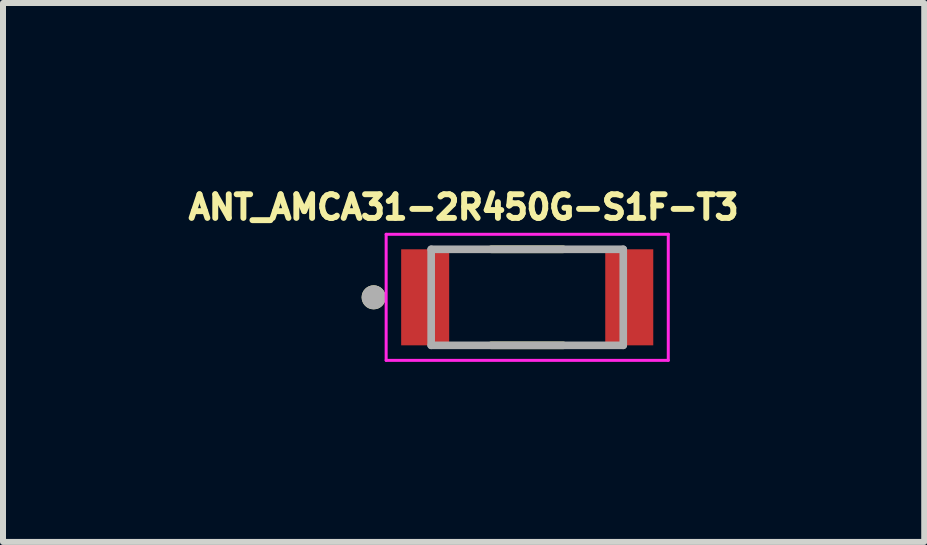
<source format=kicad_pcb>
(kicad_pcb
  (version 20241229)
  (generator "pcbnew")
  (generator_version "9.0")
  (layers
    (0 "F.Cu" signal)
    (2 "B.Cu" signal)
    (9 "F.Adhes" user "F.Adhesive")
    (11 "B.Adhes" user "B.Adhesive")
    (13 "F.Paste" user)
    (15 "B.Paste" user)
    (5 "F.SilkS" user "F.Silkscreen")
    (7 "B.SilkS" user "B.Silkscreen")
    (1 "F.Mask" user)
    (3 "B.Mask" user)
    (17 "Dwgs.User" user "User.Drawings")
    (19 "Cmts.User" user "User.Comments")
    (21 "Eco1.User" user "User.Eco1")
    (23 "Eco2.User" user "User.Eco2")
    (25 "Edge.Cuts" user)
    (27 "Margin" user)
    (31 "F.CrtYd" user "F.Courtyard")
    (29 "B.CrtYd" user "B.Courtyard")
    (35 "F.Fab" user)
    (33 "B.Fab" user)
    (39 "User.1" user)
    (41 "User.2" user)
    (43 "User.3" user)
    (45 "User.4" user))
  (footprint "ANT_AMCA31-2R450G-S1F-T3"
    (layer "F.Cu")
    (at 5.733 1.903)
    (property "Reference" "ANT_AMCA31-2R450G-S1F-T3" (at -1.06 -1.5 0) (layer "F.SilkS") (effects (font (size 0.394 0.394) (thickness 0.15))))
    (attr through_hole)
    (fp_line (start -0.6 -0.8) (end 0.6 -0.8) (stroke (width 0.127) (type solid)) (layer "F.SilkS"))
    (fp_line (start -0.6 0.8) (end 0.6 0.8) (stroke (width 0.127) (type solid)) (layer "F.SilkS"))
    (fp_circle (center -2.558 0) (end -2.458 0) (stroke (width 0.2) (type solid)) (fill no) (layer "F.SilkS"))
    (fp_line (start -2.35 -1.05) (end 2.35 -1.05) (stroke (width 0.05) (type solid)) (layer "F.CrtYd"))
    (fp_line (start -2.35 1.05) (end -2.35 -1.05) (stroke (width 0.05) (type solid)) (layer "F.CrtYd"))
    (fp_line (start -2.35 1.05) (end 2.35 1.05) (stroke (width 0.05) (type solid)) (layer "F.CrtYd"))
    (fp_line (start 2.35 1.05) (end 2.35 -1.05) (stroke (width 0.05) (type solid)) (layer "F.CrtYd"))
    (fp_line (start -1.6 0.8) (end -1.6 -0.8) (stroke (width 0.127) (type solid)) (layer "F.Fab"))
    (fp_line (start 1.6 -0.8) (end -1.6 -0.8) (stroke (width 0.127) (type solid)) (layer "F.Fab"))
    (fp_line (start 1.6 0.8) (end -1.6 0.8) (stroke (width 0.127) (type solid)) (layer "F.Fab"))
    (fp_line (start 1.6 0.8) (end 1.6 -0.8) (stroke (width 0.127) (type solid)) (layer "F.Fab"))
    (fp_circle (center -2.558 0) (end -2.458 0) (stroke (width 0.2) (type solid)) (fill no) (layer "F.Fab"))
    (pad "1" smd rect (at -1.7 0) (size 0.8 1.6) (layers "F.Cu" "F.Mask" "F.Paste"))
    (pad "2" smd rect (at 1.7 0) (size 0.8 1.6) (layers "F.Cu" "F.Mask" "F.Paste")))
  (gr_rect
    (start -3 -3)
    (end 12.347 5.978)
    (stroke (width 0.1) (type default))
    (fill no)
    (layer "Edge.Cuts")))
</source>
